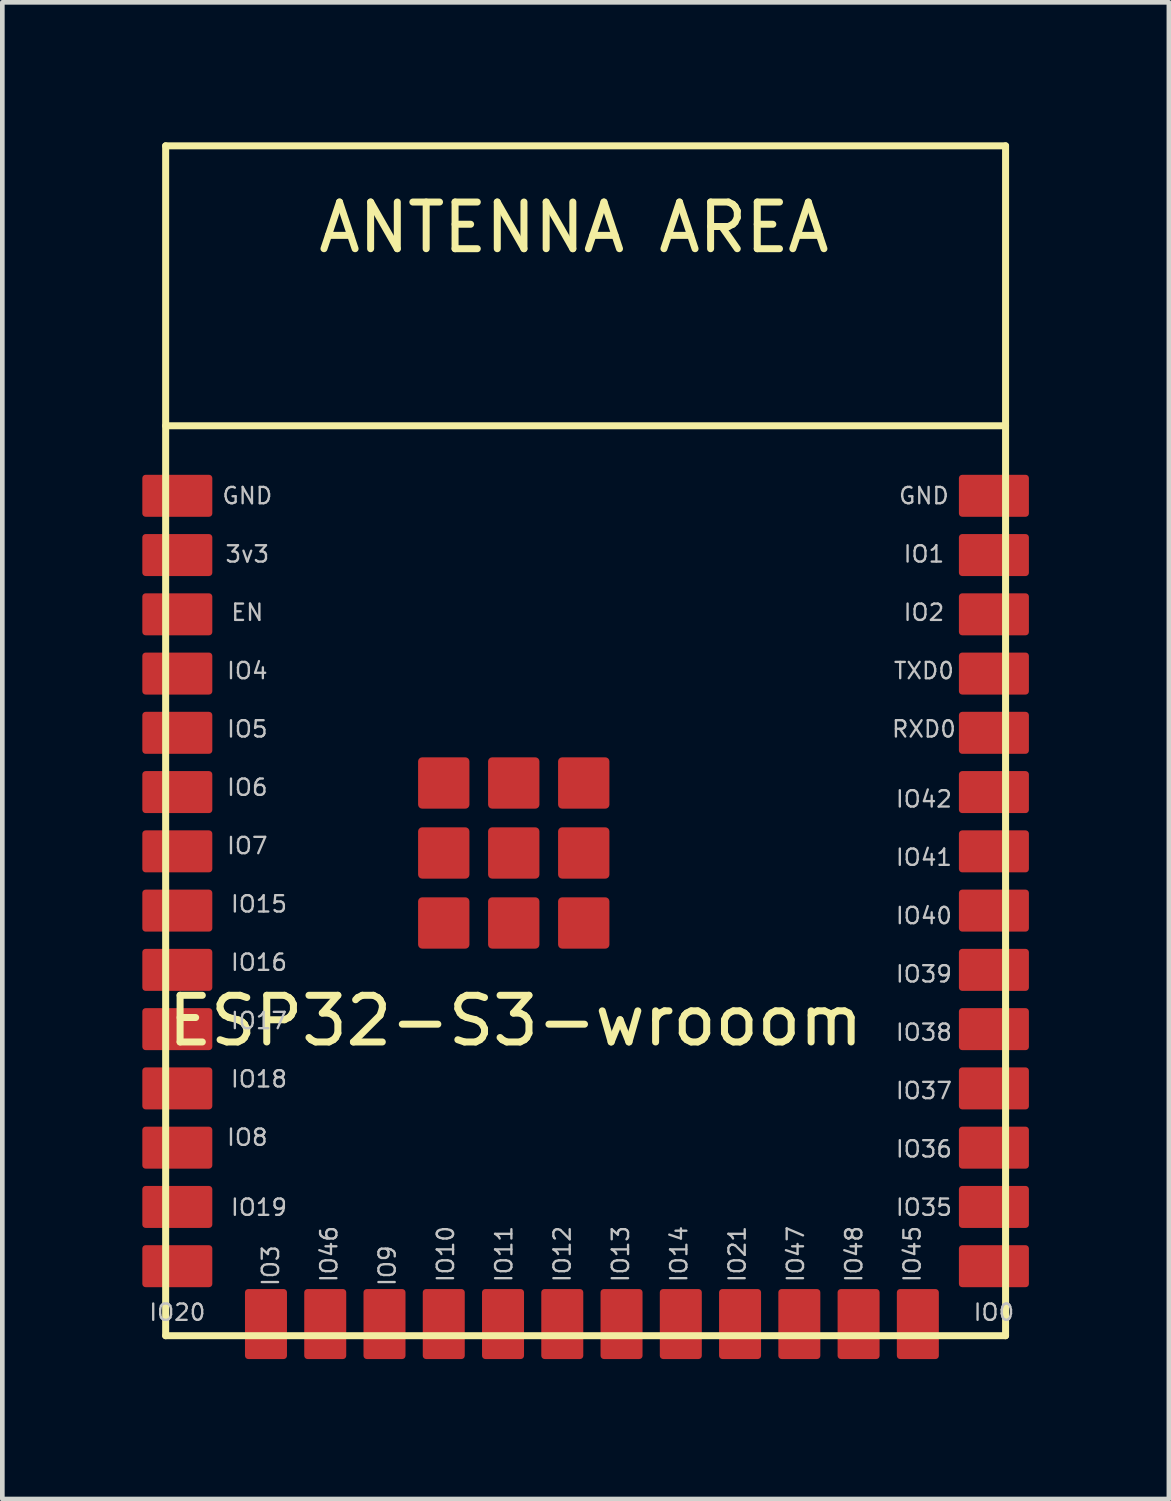
<source format=kicad_pcb>
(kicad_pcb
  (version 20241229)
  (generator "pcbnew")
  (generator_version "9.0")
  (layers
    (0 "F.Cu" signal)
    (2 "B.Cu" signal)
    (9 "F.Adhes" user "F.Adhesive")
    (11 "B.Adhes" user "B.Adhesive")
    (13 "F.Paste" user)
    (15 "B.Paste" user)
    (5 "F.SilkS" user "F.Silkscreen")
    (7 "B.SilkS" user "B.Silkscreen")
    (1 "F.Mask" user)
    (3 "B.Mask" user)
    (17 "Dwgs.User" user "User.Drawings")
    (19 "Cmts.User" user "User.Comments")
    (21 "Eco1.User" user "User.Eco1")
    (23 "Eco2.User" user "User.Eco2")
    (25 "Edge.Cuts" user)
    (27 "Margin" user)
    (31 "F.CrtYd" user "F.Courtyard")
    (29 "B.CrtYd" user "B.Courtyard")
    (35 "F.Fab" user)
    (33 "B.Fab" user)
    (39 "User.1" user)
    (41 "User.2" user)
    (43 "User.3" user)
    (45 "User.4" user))
  (footprint "ESP32-S3-wrooom"
    (layer "F.Cu")
    (at 0.5 25.575)
    (property "Reference" "ESP32-S3-wrooom" (at 7.5 -6.75 0) (layer "F.SilkS") (effects (font (size 1 1) (thickness 0.15))))
    (attr through_hole)
    (fp_line (start 0 -25.5) (end 0 0) (stroke (width 0.15) (type solid)) (layer "F.SilkS"))
    (fp_line (start 0 -19.5) (end 18 -19.5) (stroke (width 0.15) (type solid)) (layer "F.SilkS"))
    (fp_line (start 0 0) (end 18 0) (stroke (width 0.15) (type solid)) (layer "F.SilkS"))
    (fp_line (start 18 -25.5) (end 0 -25.5) (stroke (width 0.15) (type solid)) (layer "F.SilkS"))
    (fp_line (start 18 0) (end 18 -25.5) (stroke (width 0.15) (type solid)) (layer "F.SilkS"))
    (fp_text user "ANTENNA AREA" (at 8.75 -23.75 0) (layer "F.SilkS") (effects (font (size 1 1) (thickness 0.15))))
    (fp_text user "IO5" (at 1.75 -13 0) (layer "Dwgs.User") (effects (font (size 0.35 0.35) (thickness 0.05))))
    (fp_text user "IO12" (at 8.5 -1.75 90) (layer "Dwgs.User") (effects (font (size 0.35 0.35) (thickness 0.05))))
    (fp_text user "IO36" (at 16.25 -4 0) (layer "Dwgs.User") (effects (font (size 0.35 0.35) (thickness 0.05))))
    (fp_text user "GND" (at 1.75 -18 0) (layer "Dwgs.User") (effects (font (size 0.35 0.35) (thickness 0.05))))
    (fp_text user "IO6" (at 1.75 -11.75 0) (layer "Dwgs.User") (effects (font (size 0.35 0.35) (thickness 0.05))))
    (fp_text user "IO48" (at 14.75 -1.75 90) (layer "Dwgs.User") (effects (font (size 0.35 0.35) (thickness 0.05))))
    (fp_text user "IO47" (at 13.5 -1.75 90) (layer "Dwgs.User") (effects (font (size 0.35 0.35) (thickness 0.05))))
    (fp_text user "IO37" (at 16.25 -5.25 0) (layer "Dwgs.User") (effects (font (size 0.35 0.35) (thickness 0.05))))
    (fp_text user "IO15" (at 2 -9.25 0) (layer "Dwgs.User") (effects (font (size 0.35 0.35) (thickness 0.05))))
    (fp_text user "IO9" (at 4.75 -1.5 90) (layer "Dwgs.User") (effects (font (size 0.35 0.35) (thickness 0.05))))
    (fp_text user "IO21" (at 12.25 -1.75 90) (layer "Dwgs.User") (effects (font (size 0.35 0.35) (thickness 0.05))))
    (fp_text user "IO40" (at 16.25 -9 0) (layer "Dwgs.User") (effects (font (size 0.35 0.35) (thickness 0.05))))
    (fp_text user "3v3" (at 1.75 -16.75 0) (layer "Dwgs.User") (effects (font (size 0.35 0.35) (thickness 0.05))))
    (fp_text user "IO1" (at 16.25 -16.75 0) (layer "Dwgs.User") (effects (font (size 0.35 0.35) (thickness 0.05))))
    (fp_text user "EN" (at 1.75 -15.5 0) (layer "Dwgs.User") (effects (font (size 0.35 0.35) (thickness 0.05))))
    (fp_text user "IO7" (at 1.75 -10.5 0) (layer "Dwgs.User") (effects (font (size 0.35 0.35) (thickness 0.05))))
    (fp_text user "IO38" (at 16.25 -6.5 0) (layer "Dwgs.User") (effects (font (size 0.35 0.35) (thickness 0.05))))
    (fp_text user "TXD0" (at 16.25 -14.25 0) (layer "Dwgs.User") (effects (font (size 0.35 0.35) (thickness 0.05))))
    (fp_text user "IO14" (at 11 -1.75 90) (layer "Dwgs.User") (effects (font (size 0.35 0.35) (thickness 0.05))))
    (fp_text user "IO42" (at 16.25 -11.5 0) (layer "Dwgs.User") (effects (font (size 0.35 0.35) (thickness 0.05))))
    (fp_text user "IO19" (at 2 -2.75 0) (layer "Dwgs.User") (effects (font (size 0.35 0.35) (thickness 0.05))))
    (fp_text user "IO20" (at 0.25 -0.5 0) (layer "Dwgs.User") (effects (font (size 0.35 0.35) (thickness 0.05))))
    (fp_text user "GND" (at 16.25 -18 0) (layer "Dwgs.User") (effects (font (size 0.35 0.35) (thickness 0.05))))
    (fp_text user "IO11" (at 7.25 -1.75 90) (layer "Dwgs.User") (effects (font (size 0.35 0.35) (thickness 0.05))))
    (fp_text user "IO41" (at 16.25 -10.25 0) (layer "Dwgs.User") (effects (font (size 0.35 0.35) (thickness 0.05))))
    (fp_text user "IO39" (at 16.25 -7.75 0) (layer "Dwgs.User") (effects (font (size 0.35 0.35) (thickness 0.05))))
    (fp_text user "IO46" (at 3.5 -1.75 90) (layer "Dwgs.User") (effects (font (size 0.35 0.35) (thickness 0.05))))
    (fp_text user "IO16" (at 2 -8 0) (layer "Dwgs.User") (effects (font (size 0.35 0.35) (thickness 0.05))))
    (fp_text user "IO8" (at 1.75 -4.25 0) (layer "Dwgs.User") (effects (font (size 0.35 0.35) (thickness 0.05))))
    (fp_text user "IO35" (at 16.25 -2.75 0) (layer "Dwgs.User") (effects (font (size 0.35 0.35) (thickness 0.05))))
    (fp_text user "RXD0" (at 16.25 -13 0) (layer "Dwgs.User") (effects (font (size 0.35 0.35) (thickness 0.05))))
    (fp_text user "IO2" (at 16.25 -15.5 0) (layer "Dwgs.User") (effects (font (size 0.35 0.35) (thickness 0.05))))
    (fp_text user "IO17" (at 2 -6.75 0) (layer "Dwgs.User") (effects (font (size 0.35 0.35) (thickness 0.05))))
    (fp_text user "IO45" (at 16 -1.75 90) (layer "Dwgs.User") (effects (font (size 0.35 0.35) (thickness 0.05))))
    (fp_text user "IO13" (at 9.75 -1.75 90) (layer "Dwgs.User") (effects (font (size 0.35 0.35) (thickness 0.05))))
    (fp_text user "IO0" (at 17.75 -0.5 0) (layer "Dwgs.User") (effects (font (size 0.35 0.35) (thickness 0.05))))
    (fp_text user "IO3" (at 2.25 -1.5 90) (layer "Dwgs.User") (effects (font (size 0.35 0.35) (thickness 0.05))))
    (fp_text user "IO18" (at 2 -5.5 0) (layer "Dwgs.User") (effects (font (size 0.35 0.35) (thickness 0.05))))
    (fp_text user "IO10" (at 6 -1.75 90) (layer "Dwgs.User") (effects (font (size 0.35 0.35) (thickness 0.05))))
    (fp_text user "IO4" (at 1.75 -14.25 0) (layer "Dwgs.User") (effects (font (size 0.35 0.35) (thickness 0.05))))
    (pad "1" smd roundrect (at 0.25 -18) (size 1.5 0.9) (layers "F.Cu" "F.Mask" "F.Paste") (roundrect_rratio 0.079))
    (pad "2" smd roundrect (at 0.25 -16.73) (size 1.5 0.9) (layers "F.Cu" "F.Mask" "F.Paste") (roundrect_rratio 0.079))
    (pad "3" smd roundrect (at 0.25 -15.46) (size 1.5 0.9) (layers "F.Cu" "F.Mask" "F.Paste") (roundrect_rratio 0.079))
    (pad "4" smd roundrect (at 0.25 -14.19) (size 1.5 0.9) (layers "F.Cu" "F.Mask" "F.Paste") (roundrect_rratio 0.079))
    (pad "5" smd roundrect (at 0.25 -12.92) (size 1.5 0.9) (layers "F.Cu" "F.Mask" "F.Paste") (roundrect_rratio 0.079))
    (pad "6" smd roundrect (at 0.25 -11.65) (size 1.5 0.9) (layers "F.Cu" "F.Mask" "F.Paste") (roundrect_rratio 0.079))
    (pad "7" smd roundrect (at 0.25 -10.38) (size 1.5 0.9) (layers "F.Cu" "F.Mask" "F.Paste") (roundrect_rratio 0.079))
    (pad "8" smd roundrect (at 0.25 -9.11) (size 1.5 0.9) (layers "F.Cu" "F.Mask" "F.Paste") (roundrect_rratio 0.079))
    (pad "9" smd roundrect (at 0.25 -7.84) (size 1.5 0.9) (layers "F.Cu" "F.Mask" "F.Paste") (roundrect_rratio 0.079))
    (pad "10" smd roundrect (at 0.25 -6.57) (size 1.5 0.9) (layers "F.Cu" "F.Mask" "F.Paste") (roundrect_rratio 0.079))
    (pad "11" smd roundrect (at 0.25 -5.3) (size 1.5 0.9) (layers "F.Cu" "F.Mask" "F.Paste") (roundrect_rratio 0.079))
    (pad "12" smd roundrect (at 0.25 -4.03) (size 1.5 0.9) (layers "F.Cu" "F.Mask" "F.Paste") (roundrect_rratio 0.079))
    (pad "13" smd roundrect (at 0.25 -2.76) (size 1.5 0.9) (layers "F.Cu" "F.Mask" "F.Paste") (roundrect_rratio 0.079))
    (pad "14" smd roundrect (at 0.25 -1.49) (size 1.5 0.9) (layers "F.Cu" "F.Mask" "F.Paste") (roundrect_rratio 0.079))
    (pad "15" smd roundrect (at 2.15 -0.25 90) (size 1.5 0.9) (layers "F.Cu" "F.Mask" "F.Paste") (roundrect_rratio 0.079))
    (pad "16" smd roundrect (at 3.42 -0.25 90) (size 1.5 0.9) (layers "F.Cu" "F.Mask" "F.Paste") (roundrect_rratio 0.079))
    (pad "17" smd roundrect (at 4.69 -0.25 90) (size 1.5 0.9) (layers "F.Cu" "F.Mask" "F.Paste") (roundrect_rratio 0.079))
    (pad "18" smd roundrect (at 5.96 -0.25 90) (size 1.5 0.9) (layers "F.Cu" "F.Mask" "F.Paste") (roundrect_rratio 0.079))
    (pad "19" smd roundrect (at 7.23 -0.25 90) (size 1.5 0.9) (layers "F.Cu" "F.Mask" "F.Paste") (roundrect_rratio 0.079))
    (pad "20" smd roundrect (at 8.5 -0.25 90) (size 1.5 0.9) (layers "F.Cu" "F.Mask" "F.Paste") (roundrect_rratio 0.079))
    (pad "21" smd roundrect (at 9.77 -0.25 90) (size 1.5 0.9) (layers "F.Cu" "F.Mask" "F.Paste") (roundrect_rratio 0.079))
    (pad "22" smd roundrect (at 11.04 -0.25 90) (size 1.5 0.9) (layers "F.Cu" "F.Mask" "F.Paste") (roundrect_rratio 0.079))
    (pad "23" smd roundrect (at 12.31 -0.25 90) (size 1.5 0.9) (layers "F.Cu" "F.Mask" "F.Paste") (roundrect_rratio 0.079))
    (pad "24" smd roundrect (at 13.58 -0.25 90) (size 1.5 0.9) (layers "F.Cu" "F.Mask" "F.Paste") (roundrect_rratio 0.079))
    (pad "25" smd roundrect (at 14.85 -0.25 90) (size 1.5 0.9) (layers "F.Cu" "F.Mask" "F.Paste") (roundrect_rratio 0.079))
    (pad "26" smd roundrect (at 16.12 -0.25 90) (size 1.5 0.9) (layers "F.Cu" "F.Mask" "F.Paste") (roundrect_rratio 0.079))
    (pad "27" smd roundrect (at 17.75 -1.49) (size 1.5 0.9) (layers "F.Cu" "F.Mask" "F.Paste") (roundrect_rratio 0.079))
    (pad "28" smd roundrect (at 17.75 -2.76) (size 1.5 0.9) (layers "F.Cu" "F.Mask" "F.Paste") (roundrect_rratio 0.079))
    (pad "29" smd roundrect (at 17.75 -4.03) (size 1.5 0.9) (layers "F.Cu" "F.Mask" "F.Paste") (roundrect_rratio 0.079))
    (pad "30" smd roundrect (at 17.75 -5.3) (size 1.5 0.9) (layers "F.Cu" "F.Mask" "F.Paste") (roundrect_rratio 0.079))
    (pad "31" smd roundrect (at 17.75 -6.57) (size 1.5 0.9) (layers "F.Cu" "F.Mask" "F.Paste") (roundrect_rratio 0.079))
    (pad "32" smd roundrect (at 17.75 -7.84) (size 1.5 0.9) (layers "F.Cu" "F.Mask" "F.Paste") (roundrect_rratio 0.079))
    (pad "33" smd roundrect (at 17.75 -9.11) (size 1.5 0.9) (layers "F.Cu" "F.Mask" "F.Paste") (roundrect_rratio 0.079))
    (pad "34" smd roundrect (at 17.75 -10.38) (size 1.5 0.9) (layers "F.Cu" "F.Mask" "F.Paste") (roundrect_rratio 0.079))
    (pad "35" smd roundrect (at 17.75 -11.65) (size 1.5 0.9) (layers "F.Cu" "F.Mask" "F.Paste") (roundrect_rratio 0.079))
    (pad "36" smd roundrect (at 17.75 -12.92) (size 1.5 0.9) (layers "F.Cu" "F.Mask" "F.Paste") (roundrect_rratio 0.079))
    (pad "37" smd roundrect (at 17.75 -14.19) (size 1.5 0.9) (layers "F.Cu" "F.Mask" "F.Paste") (roundrect_rratio 0.079))
    (pad "38" smd roundrect (at 17.75 -15.46) (size 1.5 0.9) (layers "F.Cu" "F.Mask" "F.Paste") (roundrect_rratio 0.079))
    (pad "39" smd roundrect (at 17.75 -16.73) (size 1.5 0.9) (layers "F.Cu" "F.Mask" "F.Paste") (roundrect_rratio 0.079))
    (pad "40" smd roundrect (at 17.75 -18) (size 1.5 0.9) (layers "F.Cu" "F.Mask" "F.Paste") (roundrect_rratio 0.079))
    (pad "41" smd roundrect (at 5.96 -11.845 180) (size 1.1 1.1) (layers "F.Cu" "F.Mask" "F.Paste") (roundrect_rratio 0.079))
    (pad "41" smd roundrect (at 5.96 -10.345 180) (size 1.1 1.1) (layers "F.Cu" "F.Mask" "F.Paste") (roundrect_rratio 0.079))
    (pad "41" smd roundrect (at 5.96 -8.845 180) (size 1.1 1.1) (layers "F.Cu" "F.Mask" "F.Paste") (roundrect_rratio 0.079))
    (pad "41" smd roundrect (at 7.46 -11.845 180) (size 1.1 1.1) (layers "F.Cu" "F.Mask" "F.Paste") (roundrect_rratio 0.079))
    (pad "41" smd roundrect (at 7.46 -10.345 180) (size 1.1 1.1) (layers "F.Cu" "F.Mask" "F.Paste") (roundrect_rratio 0.079))
    (pad "41" smd roundrect (at 7.46 -8.845 180) (size 1.1 1.1) (layers "F.Cu" "F.Mask" "F.Paste") (roundrect_rratio 0.079))
    (pad "41" smd roundrect (at 8.96 -11.845 180) (size 1.1 1.1) (layers "F.Cu" "F.Mask" "F.Paste") (roundrect_rratio 0.079))
    (pad "41" smd roundrect (at 8.96 -10.345 180) (size 1.1 1.1) (layers "F.Cu" "F.Mask" "F.Paste") (roundrect_rratio 0.079))
    (pad "41" smd roundrect (at 8.96 -8.845 180) (size 1.1 1.1) (layers "F.Cu" "F.Mask" "F.Paste") (roundrect_rratio 0.079)))
  (gr_rect
    (start -3 -3)
    (end 22 29.075)
    (stroke (width 0.1) (type default))
    (fill no)
    (layer "Edge.Cuts")))
</source>
